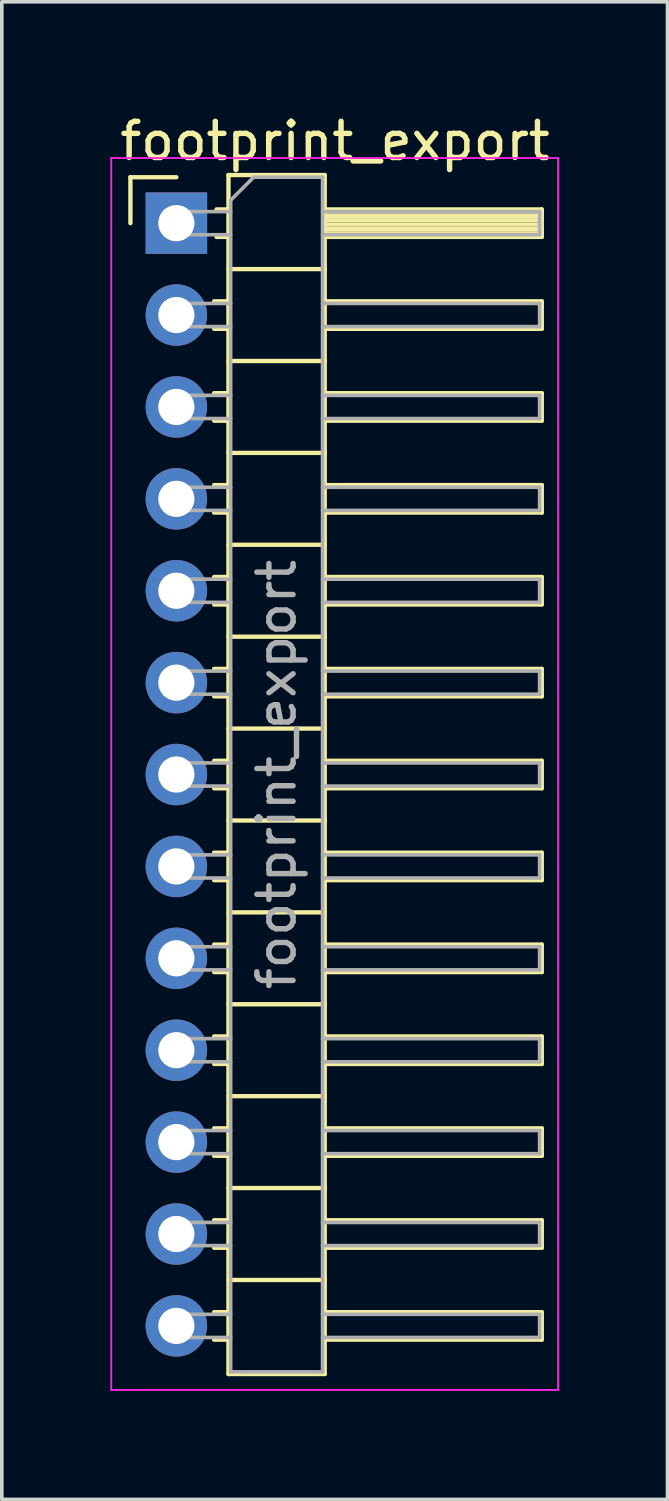
<source format=kicad_pcb>
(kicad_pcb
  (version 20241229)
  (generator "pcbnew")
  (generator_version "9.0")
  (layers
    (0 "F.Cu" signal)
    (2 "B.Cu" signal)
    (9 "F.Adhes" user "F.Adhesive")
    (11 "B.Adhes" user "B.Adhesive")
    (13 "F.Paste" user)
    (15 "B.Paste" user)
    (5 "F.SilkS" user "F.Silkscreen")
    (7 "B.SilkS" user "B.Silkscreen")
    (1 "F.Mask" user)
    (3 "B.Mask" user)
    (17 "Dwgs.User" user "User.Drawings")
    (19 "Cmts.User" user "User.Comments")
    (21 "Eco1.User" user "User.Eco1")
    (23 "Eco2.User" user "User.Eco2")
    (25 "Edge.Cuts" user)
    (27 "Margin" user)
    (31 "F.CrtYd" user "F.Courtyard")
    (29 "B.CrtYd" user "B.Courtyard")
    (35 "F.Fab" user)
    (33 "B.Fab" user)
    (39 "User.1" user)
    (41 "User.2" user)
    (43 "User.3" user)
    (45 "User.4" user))
  (footprint "footprint_export"
    (layer "F.Cu")
    (at 1.825 3.118)
    (property "Reference" "footprint_export" (at 4.385 -2.27 0) (layer "F.SilkS") (effects (font (size 1 1) (thickness 0.15))))
    (attr through_hole)
    (fp_line (start -1.27 -1.27) (end 0 -1.27) (stroke (width 0.12) (type solid)) (layer "F.SilkS"))
    (fp_line (start -1.27 0) (end -1.27 -1.27) (stroke (width 0.12) (type solid)) (layer "F.SilkS"))
    (fp_line (start 1.043 2.16) (end 1.44 2.16) (stroke (width 0.12) (type solid)) (layer "F.SilkS"))
    (fp_line (start 1.043 2.92) (end 1.44 2.92) (stroke (width 0.12) (type solid)) (layer "F.SilkS"))
    (fp_line (start 1.043 4.7) (end 1.44 4.7) (stroke (width 0.12) (type solid)) (layer "F.SilkS"))
    (fp_line (start 1.043 5.46) (end 1.44 5.46) (stroke (width 0.12) (type solid)) (layer "F.SilkS"))
    (fp_line (start 1.043 7.24) (end 1.44 7.24) (stroke (width 0.12) (type solid)) (layer "F.SilkS"))
    (fp_line (start 1.043 8) (end 1.44 8) (stroke (width 0.12) (type solid)) (layer "F.SilkS"))
    (fp_line (start 1.043 9.78) (end 1.44 9.78) (stroke (width 0.12) (type solid)) (layer "F.SilkS"))
    (fp_line (start 1.043 10.54) (end 1.44 10.54) (stroke (width 0.12) (type solid)) (layer "F.SilkS"))
    (fp_line (start 1.043 12.32) (end 1.44 12.32) (stroke (width 0.12) (type solid)) (layer "F.SilkS"))
    (fp_line (start 1.043 13.08) (end 1.44 13.08) (stroke (width 0.12) (type solid)) (layer "F.SilkS"))
    (fp_line (start 1.043 14.86) (end 1.44 14.86) (stroke (width 0.12) (type solid)) (layer "F.SilkS"))
    (fp_line (start 1.043 15.62) (end 1.44 15.62) (stroke (width 0.12) (type solid)) (layer "F.SilkS"))
    (fp_line (start 1.043 17.4) (end 1.44 17.4) (stroke (width 0.12) (type solid)) (layer "F.SilkS"))
    (fp_line (start 1.043 18.16) (end 1.44 18.16) (stroke (width 0.12) (type solid)) (layer "F.SilkS"))
    (fp_line (start 1.043 19.94) (end 1.44 19.94) (stroke (width 0.12) (type solid)) (layer "F.SilkS"))
    (fp_line (start 1.043 20.7) (end 1.44 20.7) (stroke (width 0.12) (type solid)) (layer "F.SilkS"))
    (fp_line (start 1.043 22.48) (end 1.44 22.48) (stroke (width 0.12) (type solid)) (layer "F.SilkS"))
    (fp_line (start 1.043 23.24) (end 1.44 23.24) (stroke (width 0.12) (type solid)) (layer "F.SilkS"))
    (fp_line (start 1.043 25.02) (end 1.44 25.02) (stroke (width 0.12) (type solid)) (layer "F.SilkS"))
    (fp_line (start 1.043 25.78) (end 1.44 25.78) (stroke (width 0.12) (type solid)) (layer "F.SilkS"))
    (fp_line (start 1.043 27.56) (end 1.44 27.56) (stroke (width 0.12) (type solid)) (layer "F.SilkS"))
    (fp_line (start 1.043 28.32) (end 1.44 28.32) (stroke (width 0.12) (type solid)) (layer "F.SilkS"))
    (fp_line (start 1.043 30.1) (end 1.44 30.1) (stroke (width 0.12) (type solid)) (layer "F.SilkS"))
    (fp_line (start 1.043 30.86) (end 1.44 30.86) (stroke (width 0.12) (type solid)) (layer "F.SilkS"))
    (fp_line (start 1.11 -0.38) (end 1.44 -0.38) (stroke (width 0.12) (type solid)) (layer "F.SilkS"))
    (fp_line (start 1.11 0.38) (end 1.44 0.38) (stroke (width 0.12) (type solid)) (layer "F.SilkS"))
    (fp_line (start 1.44 -1.33) (end 1.44 31.81) (stroke (width 0.12) (type solid)) (layer "F.SilkS"))
    (fp_line (start 1.44 1.27) (end 4.1 1.27) (stroke (width 0.12) (type solid)) (layer "F.SilkS"))
    (fp_line (start 1.44 3.81) (end 4.1 3.81) (stroke (width 0.12) (type solid)) (layer "F.SilkS"))
    (fp_line (start 1.44 6.35) (end 4.1 6.35) (stroke (width 0.12) (type solid)) (layer "F.SilkS"))
    (fp_line (start 1.44 8.89) (end 4.1 8.89) (stroke (width 0.12) (type solid)) (layer "F.SilkS"))
    (fp_line (start 1.44 11.43) (end 4.1 11.43) (stroke (width 0.12) (type solid)) (layer "F.SilkS"))
    (fp_line (start 1.44 13.97) (end 4.1 13.97) (stroke (width 0.12) (type solid)) (layer "F.SilkS"))
    (fp_line (start 1.44 16.51) (end 4.1 16.51) (stroke (width 0.12) (type solid)) (layer "F.SilkS"))
    (fp_line (start 1.44 19.05) (end 4.1 19.05) (stroke (width 0.12) (type solid)) (layer "F.SilkS"))
    (fp_line (start 1.44 21.59) (end 4.1 21.59) (stroke (width 0.12) (type solid)) (layer "F.SilkS"))
    (fp_line (start 1.44 24.13) (end 4.1 24.13) (stroke (width 0.12) (type solid)) (layer "F.SilkS"))
    (fp_line (start 1.44 26.67) (end 4.1 26.67) (stroke (width 0.12) (type solid)) (layer "F.SilkS"))
    (fp_line (start 1.44 29.21) (end 4.1 29.21) (stroke (width 0.12) (type solid)) (layer "F.SilkS"))
    (fp_line (start 1.44 31.81) (end 4.1 31.81) (stroke (width 0.12) (type solid)) (layer "F.SilkS"))
    (fp_line (start 4.1 -1.33) (end 1.44 -1.33) (stroke (width 0.12) (type solid)) (layer "F.SilkS"))
    (fp_line (start 4.1 -0.38) (end 10.1 -0.38) (stroke (width 0.12) (type solid)) (layer "F.SilkS"))
    (fp_line (start 4.1 -0.32) (end 10.1 -0.32) (stroke (width 0.12) (type solid)) (layer "F.SilkS"))
    (fp_line (start 4.1 -0.2) (end 10.1 -0.2) (stroke (width 0.12) (type solid)) (layer "F.SilkS"))
    (fp_line (start 4.1 -0.08) (end 10.1 -0.08) (stroke (width 0.12) (type solid)) (layer "F.SilkS"))
    (fp_line (start 4.1 0.04) (end 10.1 0.04) (stroke (width 0.12) (type solid)) (layer "F.SilkS"))
    (fp_line (start 4.1 0.16) (end 10.1 0.16) (stroke (width 0.12) (type solid)) (layer "F.SilkS"))
    (fp_line (start 4.1 0.28) (end 10.1 0.28) (stroke (width 0.12) (type solid)) (layer "F.SilkS"))
    (fp_line (start 4.1 2.16) (end 10.1 2.16) (stroke (width 0.12) (type solid)) (layer "F.SilkS"))
    (fp_line (start 4.1 4.7) (end 10.1 4.7) (stroke (width 0.12) (type solid)) (layer "F.SilkS"))
    (fp_line (start 4.1 7.24) (end 10.1 7.24) (stroke (width 0.12) (type solid)) (layer "F.SilkS"))
    (fp_line (start 4.1 9.78) (end 10.1 9.78) (stroke (width 0.12) (type solid)) (layer "F.SilkS"))
    (fp_line (start 4.1 12.32) (end 10.1 12.32) (stroke (width 0.12) (type solid)) (layer "F.SilkS"))
    (fp_line (start 4.1 14.86) (end 10.1 14.86) (stroke (width 0.12) (type solid)) (layer "F.SilkS"))
    (fp_line (start 4.1 17.4) (end 10.1 17.4) (stroke (width 0.12) (type solid)) (layer "F.SilkS"))
    (fp_line (start 4.1 19.94) (end 10.1 19.94) (stroke (width 0.12) (type solid)) (layer "F.SilkS"))
    (fp_line (start 4.1 22.48) (end 10.1 22.48) (stroke (width 0.12) (type solid)) (layer "F.SilkS"))
    (fp_line (start 4.1 25.02) (end 10.1 25.02) (stroke (width 0.12) (type solid)) (layer "F.SilkS"))
    (fp_line (start 4.1 27.56) (end 10.1 27.56) (stroke (width 0.12) (type solid)) (layer "F.SilkS"))
    (fp_line (start 4.1 30.1) (end 10.1 30.1) (stroke (width 0.12) (type solid)) (layer "F.SilkS"))
    (fp_line (start 4.1 31.81) (end 4.1 -1.33) (stroke (width 0.12) (type solid)) (layer "F.SilkS"))
    (fp_line (start 10.1 -0.38) (end 10.1 0.38) (stroke (width 0.12) (type solid)) (layer "F.SilkS"))
    (fp_line (start 10.1 0.38) (end 4.1 0.38) (stroke (width 0.12) (type solid)) (layer "F.SilkS"))
    (fp_line (start 10.1 2.16) (end 10.1 2.92) (stroke (width 0.12) (type solid)) (layer "F.SilkS"))
    (fp_line (start 10.1 2.92) (end 4.1 2.92) (stroke (width 0.12) (type solid)) (layer "F.SilkS"))
    (fp_line (start 10.1 4.7) (end 10.1 5.46) (stroke (width 0.12) (type solid)) (layer "F.SilkS"))
    (fp_line (start 10.1 5.46) (end 4.1 5.46) (stroke (width 0.12) (type solid)) (layer "F.SilkS"))
    (fp_line (start 10.1 7.24) (end 10.1 8) (stroke (width 0.12) (type solid)) (layer "F.SilkS"))
    (fp_line (start 10.1 8) (end 4.1 8) (stroke (width 0.12) (type solid)) (layer "F.SilkS"))
    (fp_line (start 10.1 9.78) (end 10.1 10.54) (stroke (width 0.12) (type solid)) (layer "F.SilkS"))
    (fp_line (start 10.1 10.54) (end 4.1 10.54) (stroke (width 0.12) (type solid)) (layer "F.SilkS"))
    (fp_line (start 10.1 12.32) (end 10.1 13.08) (stroke (width 0.12) (type solid)) (layer "F.SilkS"))
    (fp_line (start 10.1 13.08) (end 4.1 13.08) (stroke (width 0.12) (type solid)) (layer "F.SilkS"))
    (fp_line (start 10.1 14.86) (end 10.1 15.62) (stroke (width 0.12) (type solid)) (layer "F.SilkS"))
    (fp_line (start 10.1 15.62) (end 4.1 15.62) (stroke (width 0.12) (type solid)) (layer "F.SilkS"))
    (fp_line (start 10.1 17.4) (end 10.1 18.16) (stroke (width 0.12) (type solid)) (layer "F.SilkS"))
    (fp_line (start 10.1 18.16) (end 4.1 18.16) (stroke (width 0.12) (type solid)) (layer "F.SilkS"))
    (fp_line (start 10.1 19.94) (end 10.1 20.7) (stroke (width 0.12) (type solid)) (layer "F.SilkS"))
    (fp_line (start 10.1 20.7) (end 4.1 20.7) (stroke (width 0.12) (type solid)) (layer "F.SilkS"))
    (fp_line (start 10.1 22.48) (end 10.1 23.24) (stroke (width 0.12) (type solid)) (layer "F.SilkS"))
    (fp_line (start 10.1 23.24) (end 4.1 23.24) (stroke (width 0.12) (type solid)) (layer "F.SilkS"))
    (fp_line (start 10.1 25.02) (end 10.1 25.78) (stroke (width 0.12) (type solid)) (layer "F.SilkS"))
    (fp_line (start 10.1 25.78) (end 4.1 25.78) (stroke (width 0.12) (type solid)) (layer "F.SilkS"))
    (fp_line (start 10.1 27.56) (end 10.1 28.32) (stroke (width 0.12) (type solid)) (layer "F.SilkS"))
    (fp_line (start 10.1 28.32) (end 4.1 28.32) (stroke (width 0.12) (type solid)) (layer "F.SilkS"))
    (fp_line (start 10.1 30.1) (end 10.1 30.86) (stroke (width 0.12) (type solid)) (layer "F.SilkS"))
    (fp_line (start 10.1 30.86) (end 4.1 30.86) (stroke (width 0.12) (type solid)) (layer "F.SilkS"))
    (fp_line (start -1.8 -1.8) (end -1.8 32.25) (stroke (width 0.05) (type solid)) (layer "F.CrtYd"))
    (fp_line (start -1.8 32.25) (end 10.55 32.25) (stroke (width 0.05) (type solid)) (layer "F.CrtYd"))
    (fp_line (start 10.55 -1.8) (end -1.8 -1.8) (stroke (width 0.05) (type solid)) (layer "F.CrtYd"))
    (fp_line (start 10.55 32.25) (end 10.55 -1.8) (stroke (width 0.05) (type solid)) (layer "F.CrtYd"))
    (fp_line (start -0.32 -0.32) (end -0.32 0.32) (stroke (width 0.1) (type solid)) (layer "F.Fab"))
    (fp_line (start -0.32 -0.32) (end 1.5 -0.32) (stroke (width 0.1) (type solid)) (layer "F.Fab"))
    (fp_line (start -0.32 0.32) (end 1.5 0.32) (stroke (width 0.1) (type solid)) (layer "F.Fab"))
    (fp_line (start -0.32 2.22) (end -0.32 2.86) (stroke (width 0.1) (type solid)) (layer "F.Fab"))
    (fp_line (start -0.32 2.22) (end 1.5 2.22) (stroke (width 0.1) (type solid)) (layer "F.Fab"))
    (fp_line (start -0.32 2.86) (end 1.5 2.86) (stroke (width 0.1) (type solid)) (layer "F.Fab"))
    (fp_line (start -0.32 4.76) (end -0.32 5.4) (stroke (width 0.1) (type solid)) (layer "F.Fab"))
    (fp_line (start -0.32 4.76) (end 1.5 4.76) (stroke (width 0.1) (type solid)) (layer "F.Fab"))
    (fp_line (start -0.32 5.4) (end 1.5 5.4) (stroke (width 0.1) (type solid)) (layer "F.Fab"))
    (fp_line (start -0.32 7.3) (end -0.32 7.94) (stroke (width 0.1) (type solid)) (layer "F.Fab"))
    (fp_line (start -0.32 7.3) (end 1.5 7.3) (stroke (width 0.1) (type solid)) (layer "F.Fab"))
    (fp_line (start -0.32 7.94) (end 1.5 7.94) (stroke (width 0.1) (type solid)) (layer "F.Fab"))
    (fp_line (start -0.32 9.84) (end -0.32 10.48) (stroke (width 0.1) (type solid)) (layer "F.Fab"))
    (fp_line (start -0.32 9.84) (end 1.5 9.84) (stroke (width 0.1) (type solid)) (layer "F.Fab"))
    (fp_line (start -0.32 10.48) (end 1.5 10.48) (stroke (width 0.1) (type solid)) (layer "F.Fab"))
    (fp_line (start -0.32 12.38) (end -0.32 13.02) (stroke (width 0.1) (type solid)) (layer "F.Fab"))
    (fp_line (start -0.32 12.38) (end 1.5 12.38) (stroke (width 0.1) (type solid)) (layer "F.Fab"))
    (fp_line (start -0.32 13.02) (end 1.5 13.02) (stroke (width 0.1) (type solid)) (layer "F.Fab"))
    (fp_line (start -0.32 14.92) (end -0.32 15.56) (stroke (width 0.1) (type solid)) (layer "F.Fab"))
    (fp_line (start -0.32 14.92) (end 1.5 14.92) (stroke (width 0.1) (type solid)) (layer "F.Fab"))
    (fp_line (start -0.32 15.56) (end 1.5 15.56) (stroke (width 0.1) (type solid)) (layer "F.Fab"))
    (fp_line (start -0.32 17.46) (end -0.32 18.1) (stroke (width 0.1) (type solid)) (layer "F.Fab"))
    (fp_line (start -0.32 17.46) (end 1.5 17.46) (stroke (width 0.1) (type solid)) (layer "F.Fab"))
    (fp_line (start -0.32 18.1) (end 1.5 18.1) (stroke (width 0.1) (type solid)) (layer "F.Fab"))
    (fp_line (start -0.32 20) (end -0.32 20.64) (stroke (width 0.1) (type solid)) (layer "F.Fab"))
    (fp_line (start -0.32 20) (end 1.5 20) (stroke (width 0.1) (type solid)) (layer "F.Fab"))
    (fp_line (start -0.32 20.64) (end 1.5 20.64) (stroke (width 0.1) (type solid)) (layer "F.Fab"))
    (fp_line (start -0.32 22.54) (end -0.32 23.18) (stroke (width 0.1) (type solid)) (layer "F.Fab"))
    (fp_line (start -0.32 22.54) (end 1.5 22.54) (stroke (width 0.1) (type solid)) (layer "F.Fab"))
    (fp_line (start -0.32 23.18) (end 1.5 23.18) (stroke (width 0.1) (type solid)) (layer "F.Fab"))
    (fp_line (start -0.32 25.08) (end -0.32 25.72) (stroke (width 0.1) (type solid)) (layer "F.Fab"))
    (fp_line (start -0.32 25.08) (end 1.5 25.08) (stroke (width 0.1) (type solid)) (layer "F.Fab"))
    (fp_line (start -0.32 25.72) (end 1.5 25.72) (stroke (width 0.1) (type solid)) (layer "F.Fab"))
    (fp_line (start -0.32 27.62) (end -0.32 28.26) (stroke (width 0.1) (type solid)) (layer "F.Fab"))
    (fp_line (start -0.32 27.62) (end 1.5 27.62) (stroke (width 0.1) (type solid)) (layer "F.Fab"))
    (fp_line (start -0.32 28.26) (end 1.5 28.26) (stroke (width 0.1) (type solid)) (layer "F.Fab"))
    (fp_line (start -0.32 30.16) (end -0.32 30.8) (stroke (width 0.1) (type solid)) (layer "F.Fab"))
    (fp_line (start -0.32 30.16) (end 1.5 30.16) (stroke (width 0.1) (type solid)) (layer "F.Fab"))
    (fp_line (start -0.32 30.8) (end 1.5 30.8) (stroke (width 0.1) (type solid)) (layer "F.Fab"))
    (fp_line (start 1.5 -0.635) (end 2.135 -1.27) (stroke (width 0.1) (type solid)) (layer "F.Fab"))
    (fp_line (start 1.5 31.75) (end 1.5 -0.635) (stroke (width 0.1) (type solid)) (layer "F.Fab"))
    (fp_line (start 2.135 -1.27) (end 4.04 -1.27) (stroke (width 0.1) (type solid)) (layer "F.Fab"))
    (fp_line (start 4.04 -1.27) (end 4.04 31.75) (stroke (width 0.1) (type solid)) (layer "F.Fab"))
    (fp_line (start 4.04 -0.32) (end 10.04 -0.32) (stroke (width 0.1) (type solid)) (layer "F.Fab"))
    (fp_line (start 4.04 0.32) (end 10.04 0.32) (stroke (width 0.1) (type solid)) (layer "F.Fab"))
    (fp_line (start 4.04 2.22) (end 10.04 2.22) (stroke (width 0.1) (type solid)) (layer "F.Fab"))
    (fp_line (start 4.04 2.86) (end 10.04 2.86) (stroke (width 0.1) (type solid)) (layer "F.Fab"))
    (fp_line (start 4.04 4.76) (end 10.04 4.76) (stroke (width 0.1) (type solid)) (layer "F.Fab"))
    (fp_line (start 4.04 5.4) (end 10.04 5.4) (stroke (width 0.1) (type solid)) (layer "F.Fab"))
    (fp_line (start 4.04 7.3) (end 10.04 7.3) (stroke (width 0.1) (type solid)) (layer "F.Fab"))
    (fp_line (start 4.04 7.94) (end 10.04 7.94) (stroke (width 0.1) (type solid)) (layer "F.Fab"))
    (fp_line (start 4.04 9.84) (end 10.04 9.84) (stroke (width 0.1) (type solid)) (layer "F.Fab"))
    (fp_line (start 4.04 10.48) (end 10.04 10.48) (stroke (width 0.1) (type solid)) (layer "F.Fab"))
    (fp_line (start 4.04 12.38) (end 10.04 12.38) (stroke (width 0.1) (type solid)) (layer "F.Fab"))
    (fp_line (start 4.04 13.02) (end 10.04 13.02) (stroke (width 0.1) (type solid)) (layer "F.Fab"))
    (fp_line (start 4.04 14.92) (end 10.04 14.92) (stroke (width 0.1) (type solid)) (layer "F.Fab"))
    (fp_line (start 4.04 15.56) (end 10.04 15.56) (stroke (width 0.1) (type solid)) (layer "F.Fab"))
    (fp_line (start 4.04 17.46) (end 10.04 17.46) (stroke (width 0.1) (type solid)) (layer "F.Fab"))
    (fp_line (start 4.04 18.1) (end 10.04 18.1) (stroke (width 0.1) (type solid)) (layer "F.Fab"))
    (fp_line (start 4.04 20) (end 10.04 20) (stroke (width 0.1) (type solid)) (layer "F.Fab"))
    (fp_line (start 4.04 20.64) (end 10.04 20.64) (stroke (width 0.1) (type solid)) (layer "F.Fab"))
    (fp_line (start 4.04 22.54) (end 10.04 22.54) (stroke (width 0.1) (type solid)) (layer "F.Fab"))
    (fp_line (start 4.04 23.18) (end 10.04 23.18) (stroke (width 0.1) (type solid)) (layer "F.Fab"))
    (fp_line (start 4.04 25.08) (end 10.04 25.08) (stroke (width 0.1) (type solid)) (layer "F.Fab"))
    (fp_line (start 4.04 25.72) (end 10.04 25.72) (stroke (width 0.1) (type solid)) (layer "F.Fab"))
    (fp_line (start 4.04 27.62) (end 10.04 27.62) (stroke (width 0.1) (type solid)) (layer "F.Fab"))
    (fp_line (start 4.04 28.26) (end 10.04 28.26) (stroke (width 0.1) (type solid)) (layer "F.Fab"))
    (fp_line (start 4.04 30.16) (end 10.04 30.16) (stroke (width 0.1) (type solid)) (layer "F.Fab"))
    (fp_line (start 4.04 30.8) (end 10.04 30.8) (stroke (width 0.1) (type solid)) (layer "F.Fab"))
    (fp_line (start 4.04 31.75) (end 1.5 31.75) (stroke (width 0.1) (type solid)) (layer "F.Fab"))
    (fp_line (start 10.04 -0.32) (end 10.04 0.32) (stroke (width 0.1) (type solid)) (layer "F.Fab"))
    (fp_line (start 10.04 2.22) (end 10.04 2.86) (stroke (width 0.1) (type solid)) (layer "F.Fab"))
    (fp_line (start 10.04 4.76) (end 10.04 5.4) (stroke (width 0.1) (type solid)) (layer "F.Fab"))
    (fp_line (start 10.04 7.3) (end 10.04 7.94) (stroke (width 0.1) (type solid)) (layer "F.Fab"))
    (fp_line (start 10.04 9.84) (end 10.04 10.48) (stroke (width 0.1) (type solid)) (layer "F.Fab"))
    (fp_line (start 10.04 12.38) (end 10.04 13.02) (stroke (width 0.1) (type solid)) (layer "F.Fab"))
    (fp_line (start 10.04 14.92) (end 10.04 15.56) (stroke (width 0.1) (type solid)) (layer "F.Fab"))
    (fp_line (start 10.04 17.46) (end 10.04 18.1) (stroke (width 0.1) (type solid)) (layer "F.Fab"))
    (fp_line (start 10.04 20) (end 10.04 20.64) (stroke (width 0.1) (type solid)) (layer "F.Fab"))
    (fp_line (start 10.04 22.54) (end 10.04 23.18) (stroke (width 0.1) (type solid)) (layer "F.Fab"))
    (fp_line (start 10.04 25.08) (end 10.04 25.72) (stroke (width 0.1) (type solid)) (layer "F.Fab"))
    (fp_line (start 10.04 27.62) (end 10.04 28.26) (stroke (width 0.1) (type solid)) (layer "F.Fab"))
    (fp_line (start 10.04 30.16) (end 10.04 30.8) (stroke (width 0.1) (type solid)) (layer "F.Fab"))
    (fp_text user "${REFERENCE}" (at 2.77 15.24 90) (layer "F.Fab") (effects (font (size 1 1) (thickness 0.15))))
    (pad "1" thru_hole rect (at 0 0) (size 1.7 1.7) (drill 1) (layers "*.Cu" "*.Mask"))
    (pad "2" thru_hole oval (at 0 2.54) (size 1.7 1.7) (drill 1) (layers "*.Cu" "*.Mask"))
    (pad "3" thru_hole oval (at 0 5.08) (size 1.7 1.7) (drill 1) (layers "*.Cu" "*.Mask"))
    (pad "4" thru_hole oval (at 0 7.62) (size 1.7 1.7) (drill 1) (layers "*.Cu" "*.Mask"))
    (pad "5" thru_hole oval (at 0 10.16) (size 1.7 1.7) (drill 1) (layers "*.Cu" "*.Mask"))
    (pad "6" thru_hole oval (at 0 12.7) (size 1.7 1.7) (drill 1) (layers "*.Cu" "*.Mask"))
    (pad "7" thru_hole oval (at 0 15.24) (size 1.7 1.7) (drill 1) (layers "*.Cu" "*.Mask"))
    (pad "8" thru_hole oval (at 0 17.78) (size 1.7 1.7) (drill 1) (layers "*.Cu" "*.Mask"))
    (pad "9" thru_hole oval (at 0 20.32) (size 1.7 1.7) (drill 1) (layers "*.Cu" "*.Mask"))
    (pad "10" thru_hole oval (at 0 22.86) (size 1.7 1.7) (drill 1) (layers "*.Cu" "*.Mask"))
    (pad "11" thru_hole oval (at 0 25.4) (size 1.7 1.7) (drill 1) (layers "*.Cu" "*.Mask"))
    (pad "12" thru_hole oval (at 0 27.94) (size 1.7 1.7) (drill 1) (layers "*.Cu" "*.Mask"))
    (pad "13" thru_hole oval (at 0 30.48) (size 1.7 1.7) (drill 1) (layers "*.Cu" "*.Mask")))
  (gr_rect
    (start -3 -3)
    (end 15.4 38.393)
    (stroke (width 0.1) (type default))
    (fill no)
    (layer "Edge.Cuts")))
</source>
